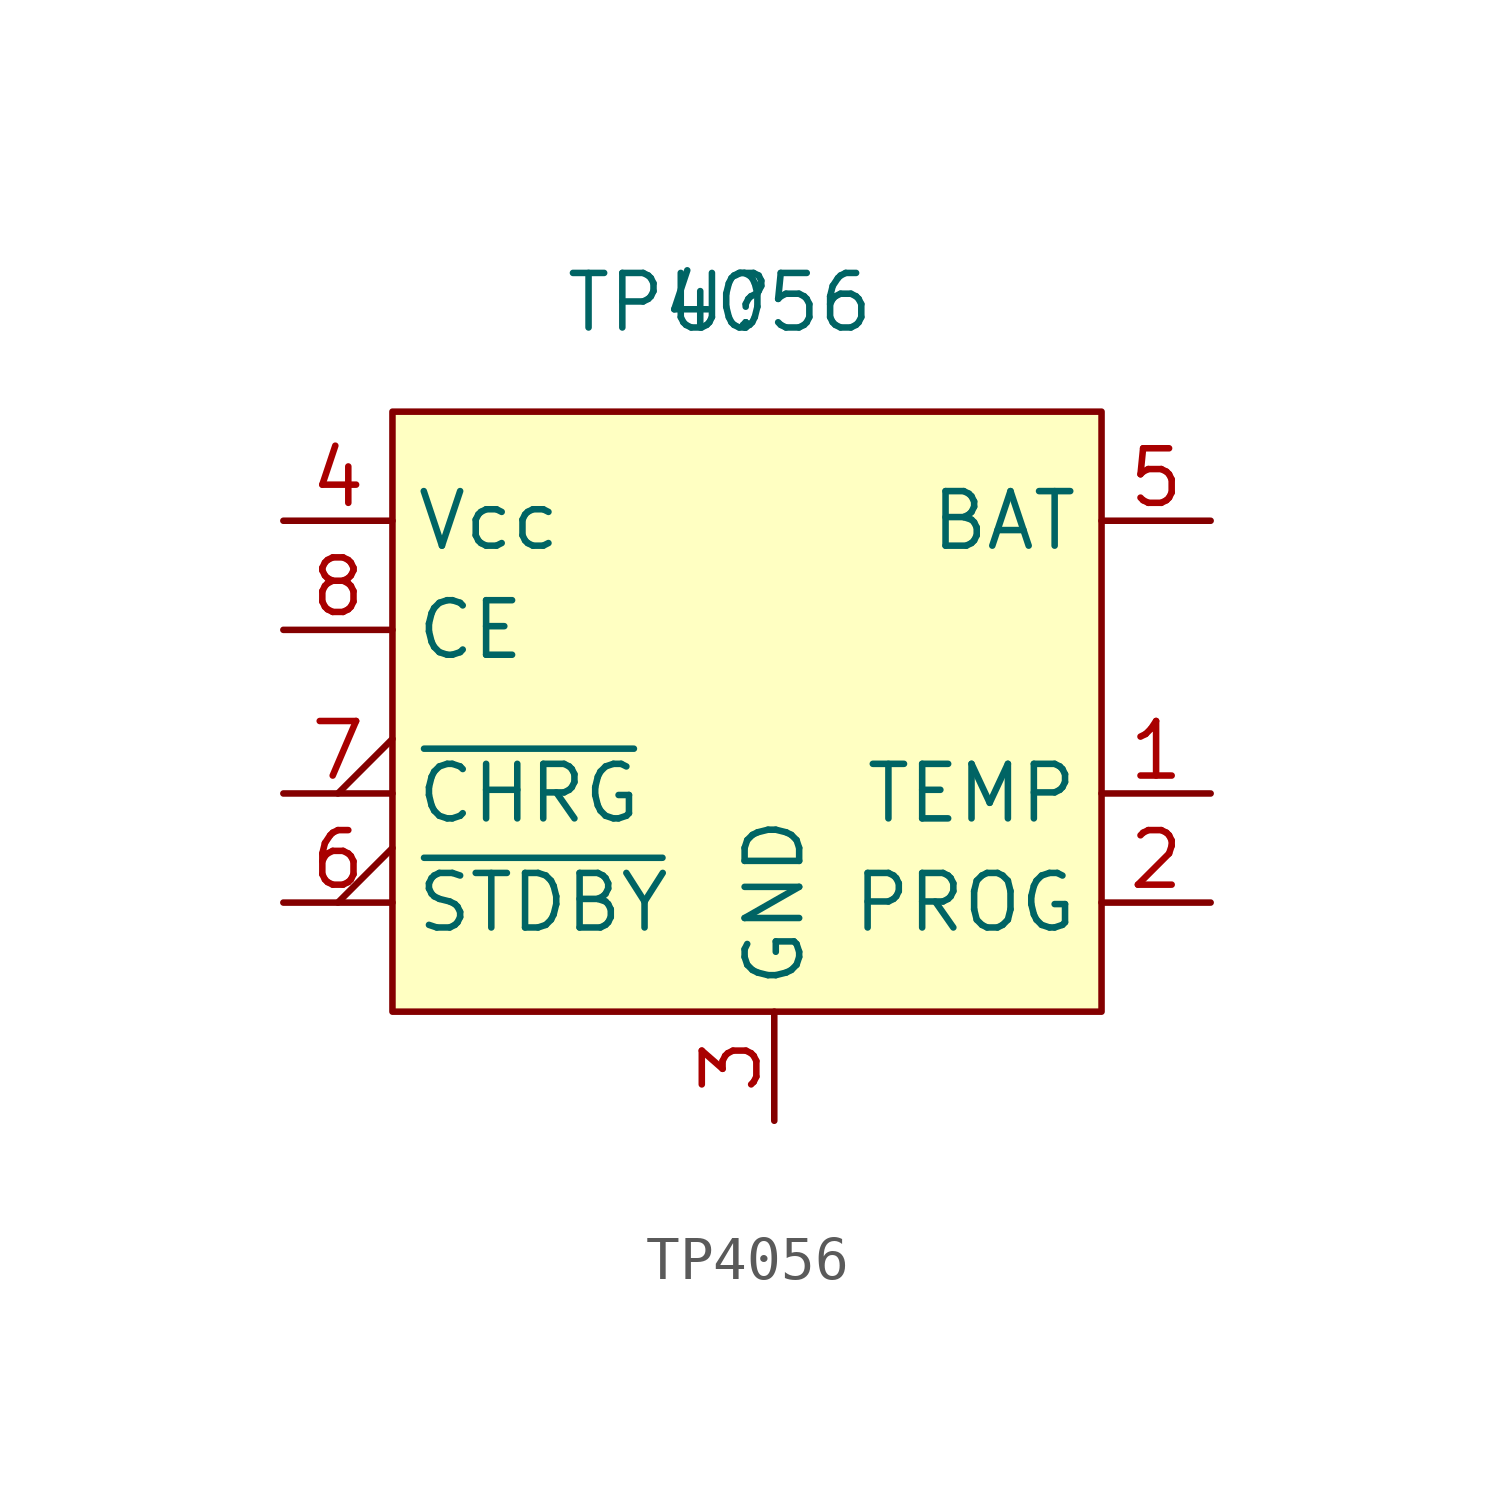
<source format=kicad_sym>
(kicad_symbol_lib
  (version 20241209)
  (generator "kicad_symbol_editor")
  (generator_version "9.0")
  (symbol "TP4056"
    (property "Reference" "U"
      (at 0 0 0)
      (effects (font (size 1.27 1.27))))
    (property "Value" "TP4056"
      (at 0 0 0)
      (effects (font (size 1.27 1.27))))
    (symbol "TP4056_1_1"
      (rectangle (start -7.62 -2.54) (end 8.89 -16.51) (stroke (width 0) (type default)) (fill (type background)))
      (pin power_in line (at -10.16 -5.08 0) (length 2.54) (name "Vcc" (effects (font (size 1.27 1.27)))) (number "4" (effects (font (size 1.27 1.27)))))
      (pin input line (at -10.16 -7.62 0) (length 2.54) (name "CE" (effects (font (size 1.27 1.27)))) (number "8" (effects (font (size 1.27 1.27)))))
      (pin output output_low (at -10.16 -11.43 0) (length 2.54) (name "~{CHRG}" (effects (font (size 1.27 1.27)))) (number "7" (effects (font (size 1.27 1.27)))))
      (pin output output_low (at -10.16 -13.97 0) (length 2.54) (name "~{STDBY}" (effects (font (size 1.27 1.27)))) (number "6" (effects (font (size 1.27 1.27)))))
      (pin power_in line (at 1.27 -19.05 90) (length 2.54) (name "GND" (effects (font (size 1.27 1.27)))) (number "3" (effects (font (size 1.27 1.27)))))
      (pin power_in line (at 1.27 -19.05 90) (length 2.54) (hide yes) (name "GND" (effects (font (size 1.27 1.27)))) (number "9" (effects (font (size 1.27 1.27)))))
      (pin power_out line (at 11.43 -5.08 180) (length 2.54) (name "BAT" (effects (font (size 1.27 1.27)))) (number "5" (effects (font (size 1.27 1.27)))))
      (pin input line (at 11.43 -11.43 180) (length 2.54) (name "TEMP" (effects (font (size 1.27 1.27)))) (number "1" (effects (font (size 1.27 1.27)))))
      (pin input line (at 11.43 -13.97 180) (length 2.54) (name "PROG" (effects (font (size 1.27 1.27)))) (number "2" (effects (font (size 1.27 1.27))))))))
</source>
